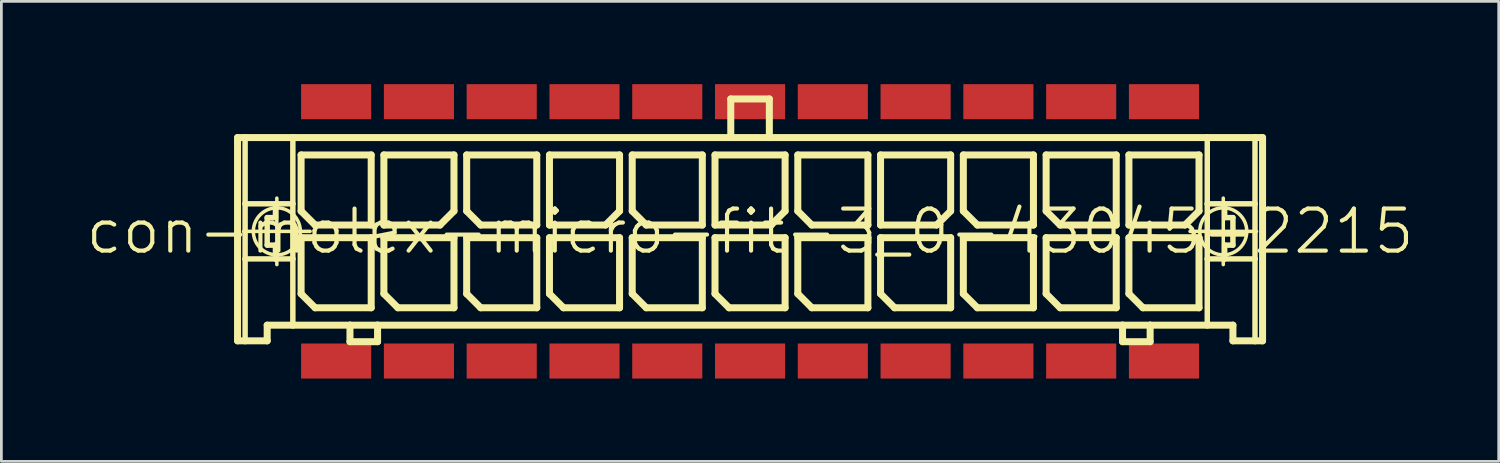
<source format=kicad_pcb>
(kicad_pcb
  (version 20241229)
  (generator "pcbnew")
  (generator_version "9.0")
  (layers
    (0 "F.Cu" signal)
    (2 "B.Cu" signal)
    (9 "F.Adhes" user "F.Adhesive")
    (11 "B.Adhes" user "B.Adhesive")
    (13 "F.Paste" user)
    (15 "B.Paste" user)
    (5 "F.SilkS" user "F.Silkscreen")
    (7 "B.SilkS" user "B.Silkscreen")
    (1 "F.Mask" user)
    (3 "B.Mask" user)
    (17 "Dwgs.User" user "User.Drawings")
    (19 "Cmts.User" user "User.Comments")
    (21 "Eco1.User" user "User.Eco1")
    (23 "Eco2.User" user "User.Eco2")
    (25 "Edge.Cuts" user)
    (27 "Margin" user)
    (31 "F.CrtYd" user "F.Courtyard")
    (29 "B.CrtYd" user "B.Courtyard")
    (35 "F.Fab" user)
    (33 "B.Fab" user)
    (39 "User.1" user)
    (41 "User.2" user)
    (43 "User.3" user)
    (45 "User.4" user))
  (footprint "con-molex-micro-fit-3_0-43045-2215"
    (layer "F.Cu")
    (at 24.13 5.334)
    (property "Reference" "con-molex-micro-fit-3_0-43045-2215" (at 0 0 0) (layer "F.SilkS") (effects (font (size 1.524 1.524) (thickness 0.15))))
    (attr smd)
    (fp_line (start -18.572 -3.399) (end -18.298 -3.399) (stroke (width 0.254) (type solid)) (layer "F.SilkS"))
    (fp_line (start -18.572 3.967) (end -18.572 -3.399) (stroke (width 0.254) (type solid)) (layer "F.SilkS"))
    (fp_line (start -18.354 0) (end -15.944 0) (stroke (width 0.127) (type solid)) (layer "F.SilkS"))
    (fp_line (start -18.298 -3.399) (end -16.568 -3.399) (stroke (width 0.254) (type solid)) (layer "F.SilkS"))
    (fp_line (start -18.298 -0.998) (end -18.298 -3.399) (stroke (width 0.198) (type solid)) (layer "F.SilkS"))
    (fp_line (start -18.298 0.998) (end -18.298 -0.998) (stroke (width 0.198) (type solid)) (layer "F.SilkS"))
    (fp_line (start -18.298 3.967) (end -18.572 3.967) (stroke (width 0.254) (type solid)) (layer "F.SilkS"))
    (fp_line (start -18.298 3.967) (end -18.298 0.998) (stroke (width 0.198) (type solid)) (layer "F.SilkS"))
    (fp_line (start -17.498 -0.498) (end -17.498 0.498) (stroke (width 0.198) (type solid)) (layer "F.SilkS"))
    (fp_line (start -17.498 0.498) (end -17.198 0.498) (stroke (width 0.198) (type solid)) (layer "F.SilkS"))
    (fp_line (start -17.498 3.399) (end -17.498 3.967) (stroke (width 0.254) (type solid)) (layer "F.SilkS"))
    (fp_line (start -17.498 3.967) (end -18.298 3.967) (stroke (width 0.254) (type solid)) (layer "F.SilkS"))
    (fp_line (start -17.198 -0.998) (end -18.298 -0.998) (stroke (width 0.198) (type solid)) (layer "F.SilkS"))
    (fp_line (start -17.198 -0.998) (end -17.198 -0.498) (stroke (width 0.198) (type solid)) (layer "F.SilkS"))
    (fp_line (start -17.198 -0.498) (end -17.498 -0.498) (stroke (width 0.198) (type solid)) (layer "F.SilkS"))
    (fp_line (start -17.198 0.498) (end -17.198 0.998) (stroke (width 0.198) (type solid)) (layer "F.SilkS"))
    (fp_line (start -17.198 0.998) (end -18.298 0.998) (stroke (width 0.198) (type solid)) (layer "F.SilkS"))
    (fp_line (start -17.148 1.204) (end -17.148 -1.204) (stroke (width 0.127) (type solid)) (layer "F.SilkS"))
    (fp_line (start -16.568 -3.399) (end -0.699 -3.399) (stroke (width 0.254) (type solid)) (layer "F.SilkS"))
    (fp_line (start -16.568 -0.998) (end -17.198 -0.998) (stroke (width 0.198) (type solid)) (layer "F.SilkS"))
    (fp_line (start -16.568 -0.998) (end -16.568 -3.399) (stroke (width 0.198) (type solid)) (layer "F.SilkS"))
    (fp_line (start -16.568 0.998) (end -17.198 0.998) (stroke (width 0.198) (type solid)) (layer "F.SilkS"))
    (fp_line (start -16.568 0.998) (end -16.568 -0.998) (stroke (width 0.198) (type solid)) (layer "F.SilkS"))
    (fp_line (start -16.568 3.399) (end -17.498 3.399) (stroke (width 0.254) (type solid)) (layer "F.SilkS"))
    (fp_line (start -16.568 3.399) (end -16.568 0.998) (stroke (width 0.198) (type solid)) (layer "F.SilkS"))
    (fp_line (start -16.269 -2.769) (end -13.729 -2.769) (stroke (width 0.254) (type solid)) (layer "F.SilkS"))
    (fp_line (start -16.269 -0.737) (end -16.269 -2.769) (stroke (width 0.254) (type solid)) (layer "F.SilkS"))
    (fp_line (start -16.269 0.229) (end -13.729 0.229) (stroke (width 0.254) (type solid)) (layer "F.SilkS"))
    (fp_line (start -16.269 2.261) (end -16.269 0.229) (stroke (width 0.254) (type solid)) (layer "F.SilkS"))
    (fp_line (start -15.761 -0.229) (end -16.269 -0.737) (stroke (width 0.254) (type solid)) (layer "F.SilkS"))
    (fp_line (start -15.761 2.769) (end -16.269 2.261) (stroke (width 0.254) (type solid)) (layer "F.SilkS"))
    (fp_line (start -14.498 3.399) (end -16.568 3.399) (stroke (width 0.254) (type solid)) (layer "F.SilkS"))
    (fp_line (start -14.498 3.399) (end -14.498 3.998) (stroke (width 0.254) (type solid)) (layer "F.SilkS"))
    (fp_line (start -14.498 3.998) (end -13.498 3.998) (stroke (width 0.254) (type solid)) (layer "F.SilkS"))
    (fp_line (start -13.729 -2.769) (end -13.729 -0.229) (stroke (width 0.254) (type solid)) (layer "F.SilkS"))
    (fp_line (start -13.729 -0.229) (end -15.761 -0.229) (stroke (width 0.254) (type solid)) (layer "F.SilkS"))
    (fp_line (start -13.729 0.229) (end -13.729 2.769) (stroke (width 0.254) (type solid)) (layer "F.SilkS"))
    (fp_line (start -13.729 2.769) (end -15.761 2.769) (stroke (width 0.254) (type solid)) (layer "F.SilkS"))
    (fp_line (start -13.498 3.399) (end -14.498 3.399) (stroke (width 0.254) (type solid)) (layer "F.SilkS"))
    (fp_line (start -13.498 3.998) (end -13.498 3.399) (stroke (width 0.254) (type solid)) (layer "F.SilkS"))
    (fp_line (start -13.269 -2.769) (end -13.269 -0.229) (stroke (width 0.254) (type solid)) (layer "F.SilkS"))
    (fp_line (start -13.269 -0.229) (end -11.237 -0.229) (stroke (width 0.254) (type solid)) (layer "F.SilkS"))
    (fp_line (start -13.269 0.229) (end -10.729 0.229) (stroke (width 0.254) (type solid)) (layer "F.SilkS"))
    (fp_line (start -13.269 2.261) (end -13.269 0.229) (stroke (width 0.254) (type solid)) (layer "F.SilkS"))
    (fp_line (start -12.761 2.769) (end -13.269 2.261) (stroke (width 0.254) (type solid)) (layer "F.SilkS"))
    (fp_line (start -11.237 -0.229) (end -10.729 -0.737) (stroke (width 0.254) (type solid)) (layer "F.SilkS"))
    (fp_line (start -10.729 -2.769) (end -13.269 -2.769) (stroke (width 0.254) (type solid)) (layer "F.SilkS"))
    (fp_line (start -10.729 -0.737) (end -10.729 -2.769) (stroke (width 0.254) (type solid)) (layer "F.SilkS"))
    (fp_line (start -10.729 0.229) (end -10.729 2.769) (stroke (width 0.254) (type solid)) (layer "F.SilkS"))
    (fp_line (start -10.729 2.769) (end -12.761 2.769) (stroke (width 0.254) (type solid)) (layer "F.SilkS"))
    (fp_line (start -10.269 -2.769) (end -7.729 -2.769) (stroke (width 0.254) (type solid)) (layer "F.SilkS"))
    (fp_line (start -10.269 -0.737) (end -10.269 -2.769) (stroke (width 0.254) (type solid)) (layer "F.SilkS"))
    (fp_line (start -10.269 0.229) (end -7.729 0.229) (stroke (width 0.254) (type solid)) (layer "F.SilkS"))
    (fp_line (start -10.269 2.261) (end -10.269 0.229) (stroke (width 0.254) (type solid)) (layer "F.SilkS"))
    (fp_line (start -9.761 -0.229) (end -10.269 -0.737) (stroke (width 0.254) (type solid)) (layer "F.SilkS"))
    (fp_line (start -9.761 2.769) (end -10.269 2.261) (stroke (width 0.254) (type solid)) (layer "F.SilkS"))
    (fp_line (start -7.729 -2.769) (end -7.729 -0.229) (stroke (width 0.254) (type solid)) (layer "F.SilkS"))
    (fp_line (start -7.729 -0.229) (end -9.761 -0.229) (stroke (width 0.254) (type solid)) (layer "F.SilkS"))
    (fp_line (start -7.729 0.229) (end -7.729 2.769) (stroke (width 0.254) (type solid)) (layer "F.SilkS"))
    (fp_line (start -7.729 2.769) (end -9.761 2.769) (stroke (width 0.254) (type solid)) (layer "F.SilkS"))
    (fp_line (start -7.269 -2.769) (end -7.269 -0.229) (stroke (width 0.254) (type solid)) (layer "F.SilkS"))
    (fp_line (start -7.269 -0.229) (end -5.237 -0.229) (stroke (width 0.254) (type solid)) (layer "F.SilkS"))
    (fp_line (start -7.269 0.229) (end -4.729 0.229) (stroke (width 0.254) (type solid)) (layer "F.SilkS"))
    (fp_line (start -7.269 2.261) (end -7.269 0.229) (stroke (width 0.254) (type solid)) (layer "F.SilkS"))
    (fp_line (start -6.761 2.769) (end -7.269 2.261) (stroke (width 0.254) (type solid)) (layer "F.SilkS"))
    (fp_line (start -5.237 -0.229) (end -4.729 -0.737) (stroke (width 0.254) (type solid)) (layer "F.SilkS"))
    (fp_line (start -4.729 -2.769) (end -7.269 -2.769) (stroke (width 0.254) (type solid)) (layer "F.SilkS"))
    (fp_line (start -4.729 -0.737) (end -4.729 -2.769) (stroke (width 0.254) (type solid)) (layer "F.SilkS"))
    (fp_line (start -4.729 0.229) (end -4.729 2.769) (stroke (width 0.254) (type solid)) (layer "F.SilkS"))
    (fp_line (start -4.729 2.769) (end -6.761 2.769) (stroke (width 0.254) (type solid)) (layer "F.SilkS"))
    (fp_line (start -4.27 -2.769) (end -1.73 -2.769) (stroke (width 0.254) (type solid)) (layer "F.SilkS"))
    (fp_line (start -4.27 -0.737) (end -4.27 -2.769) (stroke (width 0.254) (type solid)) (layer "F.SilkS"))
    (fp_line (start -4.27 0.229) (end -1.73 0.229) (stroke (width 0.254) (type solid)) (layer "F.SilkS"))
    (fp_line (start -4.27 2.261) (end -4.27 0.229) (stroke (width 0.254) (type solid)) (layer "F.SilkS"))
    (fp_line (start -3.762 -0.229) (end -4.27 -0.737) (stroke (width 0.254) (type solid)) (layer "F.SilkS"))
    (fp_line (start -3.762 2.769) (end -4.27 2.261) (stroke (width 0.254) (type solid)) (layer "F.SilkS"))
    (fp_line (start -1.73 -2.769) (end -1.73 -0.229) (stroke (width 0.254) (type solid)) (layer "F.SilkS"))
    (fp_line (start -1.73 -0.229) (end -3.762 -0.229) (stroke (width 0.254) (type solid)) (layer "F.SilkS"))
    (fp_line (start -1.73 0.229) (end -1.73 2.769) (stroke (width 0.254) (type solid)) (layer "F.SilkS"))
    (fp_line (start -1.73 2.769) (end -3.762 2.769) (stroke (width 0.254) (type solid)) (layer "F.SilkS"))
    (fp_line (start -1.27 -2.769) (end -1.27 -0.229) (stroke (width 0.254) (type solid)) (layer "F.SilkS"))
    (fp_line (start -1.27 -0.229) (end 0.762 -0.229) (stroke (width 0.254) (type solid)) (layer "F.SilkS"))
    (fp_line (start -1.27 0.229) (end 1.27 0.229) (stroke (width 0.254) (type solid)) (layer "F.SilkS"))
    (fp_line (start -1.27 2.261) (end -1.27 0.229) (stroke (width 0.254) (type solid)) (layer "F.SilkS"))
    (fp_line (start -0.762 2.769) (end -1.27 2.261) (stroke (width 0.254) (type solid)) (layer "F.SilkS"))
    (fp_line (start -0.699 -4.798) (end -0.699 -3.399) (stroke (width 0.254) (type solid)) (layer "F.SilkS"))
    (fp_line (start -0.699 -4.798) (end 0.699 -4.798) (stroke (width 0.254) (type solid)) (layer "F.SilkS"))
    (fp_line (start -0.699 -3.399) (end 0.699 -3.399) (stroke (width 0.254) (type solid)) (layer "F.SilkS"))
    (fp_line (start 0.699 -4.798) (end 0.699 -3.399) (stroke (width 0.254) (type solid)) (layer "F.SilkS"))
    (fp_line (start 0.699 -3.399) (end 16.568 -3.399) (stroke (width 0.254) (type solid)) (layer "F.SilkS"))
    (fp_line (start 0.762 -0.229) (end 1.27 -0.737) (stroke (width 0.254) (type solid)) (layer "F.SilkS"))
    (fp_line (start 1.27 -2.769) (end -1.27 -2.769) (stroke (width 0.254) (type solid)) (layer "F.SilkS"))
    (fp_line (start 1.27 -0.737) (end 1.27 -2.769) (stroke (width 0.254) (type solid)) (layer "F.SilkS"))
    (fp_line (start 1.27 0.229) (end 1.27 2.769) (stroke (width 0.254) (type solid)) (layer "F.SilkS"))
    (fp_line (start 1.27 2.769) (end -0.762 2.769) (stroke (width 0.254) (type solid)) (layer "F.SilkS"))
    (fp_line (start 1.73 -2.769) (end 4.27 -2.769) (stroke (width 0.254) (type solid)) (layer "F.SilkS"))
    (fp_line (start 1.73 -0.737) (end 1.73 -2.769) (stroke (width 0.254) (type solid)) (layer "F.SilkS"))
    (fp_line (start 1.73 0.229) (end 4.27 0.229) (stroke (width 0.254) (type solid)) (layer "F.SilkS"))
    (fp_line (start 1.73 2.261) (end 1.73 0.229) (stroke (width 0.254) (type solid)) (layer "F.SilkS"))
    (fp_line (start 2.238 -0.229) (end 1.73 -0.737) (stroke (width 0.254) (type solid)) (layer "F.SilkS"))
    (fp_line (start 2.238 2.769) (end 1.73 2.261) (stroke (width 0.254) (type solid)) (layer "F.SilkS"))
    (fp_line (start 4.27 -2.769) (end 4.27 -0.229) (stroke (width 0.254) (type solid)) (layer "F.SilkS"))
    (fp_line (start 4.27 -0.229) (end 2.238 -0.229) (stroke (width 0.254) (type solid)) (layer "F.SilkS"))
    (fp_line (start 4.27 0.229) (end 4.27 2.769) (stroke (width 0.254) (type solid)) (layer "F.SilkS"))
    (fp_line (start 4.27 2.769) (end 2.238 2.769) (stroke (width 0.254) (type solid)) (layer "F.SilkS"))
    (fp_line (start 4.729 -2.769) (end 4.729 -0.229) (stroke (width 0.254) (type solid)) (layer "F.SilkS"))
    (fp_line (start 4.729 -0.229) (end 6.761 -0.229) (stroke (width 0.254) (type solid)) (layer "F.SilkS"))
    (fp_line (start 4.729 0.229) (end 7.269 0.229) (stroke (width 0.254) (type solid)) (layer "F.SilkS"))
    (fp_line (start 4.729 2.261) (end 4.729 0.229) (stroke (width 0.254) (type solid)) (layer "F.SilkS"))
    (fp_line (start 5.237 2.769) (end 4.729 2.261) (stroke (width 0.254) (type solid)) (layer "F.SilkS"))
    (fp_line (start 6.761 -0.229) (end 7.269 -0.737) (stroke (width 0.254) (type solid)) (layer "F.SilkS"))
    (fp_line (start 7.269 -2.769) (end 4.729 -2.769) (stroke (width 0.254) (type solid)) (layer "F.SilkS"))
    (fp_line (start 7.269 -0.737) (end 7.269 -2.769) (stroke (width 0.254) (type solid)) (layer "F.SilkS"))
    (fp_line (start 7.269 0.229) (end 7.269 2.769) (stroke (width 0.254) (type solid)) (layer "F.SilkS"))
    (fp_line (start 7.269 2.769) (end 5.237 2.769) (stroke (width 0.254) (type solid)) (layer "F.SilkS"))
    (fp_line (start 7.729 -2.769) (end 10.269 -2.769) (stroke (width 0.254) (type solid)) (layer "F.SilkS"))
    (fp_line (start 7.729 -0.737) (end 7.729 -2.769) (stroke (width 0.254) (type solid)) (layer "F.SilkS"))
    (fp_line (start 7.729 0.229) (end 10.269 0.229) (stroke (width 0.254) (type solid)) (layer "F.SilkS"))
    (fp_line (start 7.729 2.261) (end 7.729 0.229) (stroke (width 0.254) (type solid)) (layer "F.SilkS"))
    (fp_line (start 8.237 -0.229) (end 7.729 -0.737) (stroke (width 0.254) (type solid)) (layer "F.SilkS"))
    (fp_line (start 8.237 2.769) (end 7.729 2.261) (stroke (width 0.254) (type solid)) (layer "F.SilkS"))
    (fp_line (start 10.269 -2.769) (end 10.269 -0.229) (stroke (width 0.254) (type solid)) (layer "F.SilkS"))
    (fp_line (start 10.269 -0.229) (end 8.237 -0.229) (stroke (width 0.254) (type solid)) (layer "F.SilkS"))
    (fp_line (start 10.269 0.229) (end 10.269 2.769) (stroke (width 0.254) (type solid)) (layer "F.SilkS"))
    (fp_line (start 10.269 2.769) (end 8.237 2.769) (stroke (width 0.254) (type solid)) (layer "F.SilkS"))
    (fp_line (start 10.729 -2.769) (end 13.269 -2.769) (stroke (width 0.254) (type solid)) (layer "F.SilkS"))
    (fp_line (start 10.729 -0.737) (end 10.729 -2.769) (stroke (width 0.254) (type solid)) (layer "F.SilkS"))
    (fp_line (start 10.729 0.229) (end 13.269 0.229) (stroke (width 0.254) (type solid)) (layer "F.SilkS"))
    (fp_line (start 10.729 2.261) (end 10.729 0.229) (stroke (width 0.254) (type solid)) (layer "F.SilkS"))
    (fp_line (start 11.237 -0.229) (end 10.729 -0.737) (stroke (width 0.254) (type solid)) (layer "F.SilkS"))
    (fp_line (start 11.237 2.769) (end 10.729 2.261) (stroke (width 0.254) (type solid)) (layer "F.SilkS"))
    (fp_line (start 13.269 -2.769) (end 13.269 -0.229) (stroke (width 0.254) (type solid)) (layer "F.SilkS"))
    (fp_line (start 13.269 -0.229) (end 11.237 -0.229) (stroke (width 0.254) (type solid)) (layer "F.SilkS"))
    (fp_line (start 13.269 0.229) (end 13.269 2.769) (stroke (width 0.254) (type solid)) (layer "F.SilkS"))
    (fp_line (start 13.269 2.769) (end 11.237 2.769) (stroke (width 0.254) (type solid)) (layer "F.SilkS"))
    (fp_line (start 13.498 3.399) (end -13.498 3.399) (stroke (width 0.254) (type solid)) (layer "F.SilkS"))
    (fp_line (start 13.498 3.399) (end 13.498 3.998) (stroke (width 0.254) (type solid)) (layer "F.SilkS"))
    (fp_line (start 13.498 3.998) (end 14.498 3.998) (stroke (width 0.254) (type solid)) (layer "F.SilkS"))
    (fp_line (start 13.729 -2.769) (end 13.729 -0.229) (stroke (width 0.254) (type solid)) (layer "F.SilkS"))
    (fp_line (start 13.729 -0.229) (end 15.761 -0.229) (stroke (width 0.254) (type solid)) (layer "F.SilkS"))
    (fp_line (start 13.729 0.229) (end 16.269 0.229) (stroke (width 0.254) (type solid)) (layer "F.SilkS"))
    (fp_line (start 13.729 2.261) (end 13.729 0.229) (stroke (width 0.254) (type solid)) (layer "F.SilkS"))
    (fp_line (start 14.237 2.769) (end 13.729 2.261) (stroke (width 0.254) (type solid)) (layer "F.SilkS"))
    (fp_line (start 14.498 3.399) (end 13.498 3.399) (stroke (width 0.254) (type solid)) (layer "F.SilkS"))
    (fp_line (start 14.498 3.998) (end 14.498 3.399) (stroke (width 0.254) (type solid)) (layer "F.SilkS"))
    (fp_line (start 15.761 -0.229) (end 16.269 -0.737) (stroke (width 0.254) (type solid)) (layer "F.SilkS"))
    (fp_line (start 15.944 0) (end 18.354 0) (stroke (width 0.127) (type solid)) (layer "F.SilkS"))
    (fp_line (start 16.269 -2.769) (end 13.729 -2.769) (stroke (width 0.254) (type solid)) (layer "F.SilkS"))
    (fp_line (start 16.269 -0.737) (end 16.269 -2.769) (stroke (width 0.254) (type solid)) (layer "F.SilkS"))
    (fp_line (start 16.269 0.229) (end 16.269 2.769) (stroke (width 0.254) (type solid)) (layer "F.SilkS"))
    (fp_line (start 16.269 2.769) (end 14.237 2.769) (stroke (width 0.254) (type solid)) (layer "F.SilkS"))
    (fp_line (start 16.568 -3.399) (end 16.568 -0.998) (stroke (width 0.198) (type solid)) (layer "F.SilkS"))
    (fp_line (start 16.568 -3.399) (end 18.298 -3.399) (stroke (width 0.254) (type solid)) (layer "F.SilkS"))
    (fp_line (start 16.568 -0.998) (end 16.568 0.998) (stroke (width 0.198) (type solid)) (layer "F.SilkS"))
    (fp_line (start 16.568 -0.998) (end 17.198 -0.998) (stroke (width 0.198) (type solid)) (layer "F.SilkS"))
    (fp_line (start 16.568 0.998) (end 16.568 3.399) (stroke (width 0.198) (type solid)) (layer "F.SilkS"))
    (fp_line (start 16.568 0.998) (end 17.198 0.998) (stroke (width 0.198) (type solid)) (layer "F.SilkS"))
    (fp_line (start 16.568 3.399) (end 14.498 3.399) (stroke (width 0.254) (type solid)) (layer "F.SilkS"))
    (fp_line (start 17.148 1.204) (end 17.148 -1.204) (stroke (width 0.127) (type solid)) (layer "F.SilkS"))
    (fp_line (start 17.198 -0.998) (end 17.198 -0.498) (stroke (width 0.198) (type solid)) (layer "F.SilkS"))
    (fp_line (start 17.198 -0.998) (end 18.298 -0.998) (stroke (width 0.198) (type solid)) (layer "F.SilkS"))
    (fp_line (start 17.198 -0.498) (end 17.498 -0.498) (stroke (width 0.198) (type solid)) (layer "F.SilkS"))
    (fp_line (start 17.198 0.498) (end 17.198 0.998) (stroke (width 0.198) (type solid)) (layer "F.SilkS"))
    (fp_line (start 17.198 0.998) (end 18.298 0.998) (stroke (width 0.198) (type solid)) (layer "F.SilkS"))
    (fp_line (start 17.498 -0.498) (end 17.498 0.498) (stroke (width 0.198) (type solid)) (layer "F.SilkS"))
    (fp_line (start 17.498 0.498) (end 17.198 0.498) (stroke (width 0.198) (type solid)) (layer "F.SilkS"))
    (fp_line (start 17.498 3.399) (end 16.568 3.399) (stroke (width 0.254) (type solid)) (layer "F.SilkS"))
    (fp_line (start 17.498 3.967) (end 17.498 3.399) (stroke (width 0.254) (type solid)) (layer "F.SilkS"))
    (fp_line (start 17.498 3.967) (end 18.298 3.967) (stroke (width 0.254) (type solid)) (layer "F.SilkS"))
    (fp_line (start 18.298 -3.399) (end 18.572 -3.399) (stroke (width 0.254) (type solid)) (layer "F.SilkS"))
    (fp_line (start 18.298 -0.998) (end 18.298 -3.399) (stroke (width 0.198) (type solid)) (layer "F.SilkS"))
    (fp_line (start 18.298 0.998) (end 18.298 -0.998) (stroke (width 0.198) (type solid)) (layer "F.SilkS"))
    (fp_line (start 18.298 3.967) (end 18.298 0.998) (stroke (width 0.198) (type solid)) (layer "F.SilkS"))
    (fp_line (start 18.298 3.967) (end 18.572 3.967) (stroke (width 0.254) (type solid)) (layer "F.SilkS"))
    (fp_line (start 18.572 -3.399) (end 18.572 3.967) (stroke (width 0.254) (type solid)) (layer "F.SilkS"))
    (fp_circle (center -17.148 0) (end -17.75 0.602) (stroke (width 0.127) (type solid)) (fill no) (layer "F.SilkS"))
    (fp_circle (center 17.148 0) (end 17.75 0.602) (stroke (width 0.127) (type solid)) (fill no) (layer "F.SilkS"))
    (pad "P$1" smd rect (at 14.999 4.699) (size 2.54 1.27) (layers "F.Cu" "F.Mask" "F.Paste"))
    (pad "P$2" smd rect (at 11.999 4.699) (size 2.54 1.27) (layers "F.Cu" "F.Mask" "F.Paste"))
    (pad "P$3" smd rect (at 8.999 4.699) (size 2.54 1.27) (layers "F.Cu" "F.Mask" "F.Paste"))
    (pad "P$4" smd rect (at 5.999 4.699) (size 2.54 1.27) (layers "F.Cu" "F.Mask" "F.Paste"))
    (pad "P$5" smd rect (at 3 4.699) (size 2.54 1.27) (layers "F.Cu" "F.Mask" "F.Paste"))
    (pad "P$6" smd rect (at 0 4.699) (size 2.54 1.27) (layers "F.Cu" "F.Mask" "F.Paste"))
    (pad "P$7" smd rect (at -3 4.699) (size 2.54 1.27) (layers "F.Cu" "F.Mask" "F.Paste"))
    (pad "P$8" smd rect (at -5.999 4.699) (size 2.54 1.27) (layers "F.Cu" "F.Mask" "F.Paste"))
    (pad "P$9" smd rect (at -8.999 4.699) (size 2.54 1.27) (layers "F.Cu" "F.Mask" "F.Paste"))
    (pad "P$10" smd rect (at -11.999 4.699) (size 2.54 1.27) (layers "F.Cu" "F.Mask" "F.Paste"))
    (pad "P$11" smd rect (at -14.999 4.699) (size 2.54 1.27) (layers "F.Cu" "F.Mask" "F.Paste"))
    (pad "P$12" smd rect (at 14.999 -4.699) (size 2.54 1.27) (layers "F.Cu" "F.Mask" "F.Paste"))
    (pad "P$13" smd rect (at 11.999 -4.699) (size 2.54 1.27) (layers "F.Cu" "F.Mask" "F.Paste"))
    (pad "P$14" smd rect (at 8.999 -4.699) (size 2.54 1.27) (layers "F.Cu" "F.Mask" "F.Paste"))
    (pad "P$15" smd rect (at 5.999 -4.699) (size 2.54 1.27) (layers "F.Cu" "F.Mask" "F.Paste"))
    (pad "P$16" smd rect (at 3 -4.699) (size 2.54 1.27) (layers "F.Cu" "F.Mask" "F.Paste"))
    (pad "P$17" smd rect (at 0 -4.699) (size 2.54 1.27) (layers "F.Cu" "F.Mask" "F.Paste"))
    (pad "P$18" smd rect (at -3 -4.699) (size 2.54 1.27) (layers "F.Cu" "F.Mask" "F.Paste"))
    (pad "P$19" smd rect (at -5.999 -4.699) (size 2.54 1.27) (layers "F.Cu" "F.Mask" "F.Paste"))
    (pad "P$20" smd rect (at -8.999 -4.699) (size 2.54 1.27) (layers "F.Cu" "F.Mask" "F.Paste"))
    (pad "P$21" smd rect (at -11.999 -4.699) (size 2.54 1.27) (layers "F.Cu" "F.Mask" "F.Paste"))
    (pad "P$22" smd rect (at -14.999 -4.699) (size 2.54 1.27) (layers "F.Cu" "F.Mask" "F.Paste")))
  (gr_rect
    (start -3 -3)
    (end 51.26 13.668)
    (stroke (width 0.1) (type default))
    (fill no)
    (layer "Edge.Cuts")))
</source>
